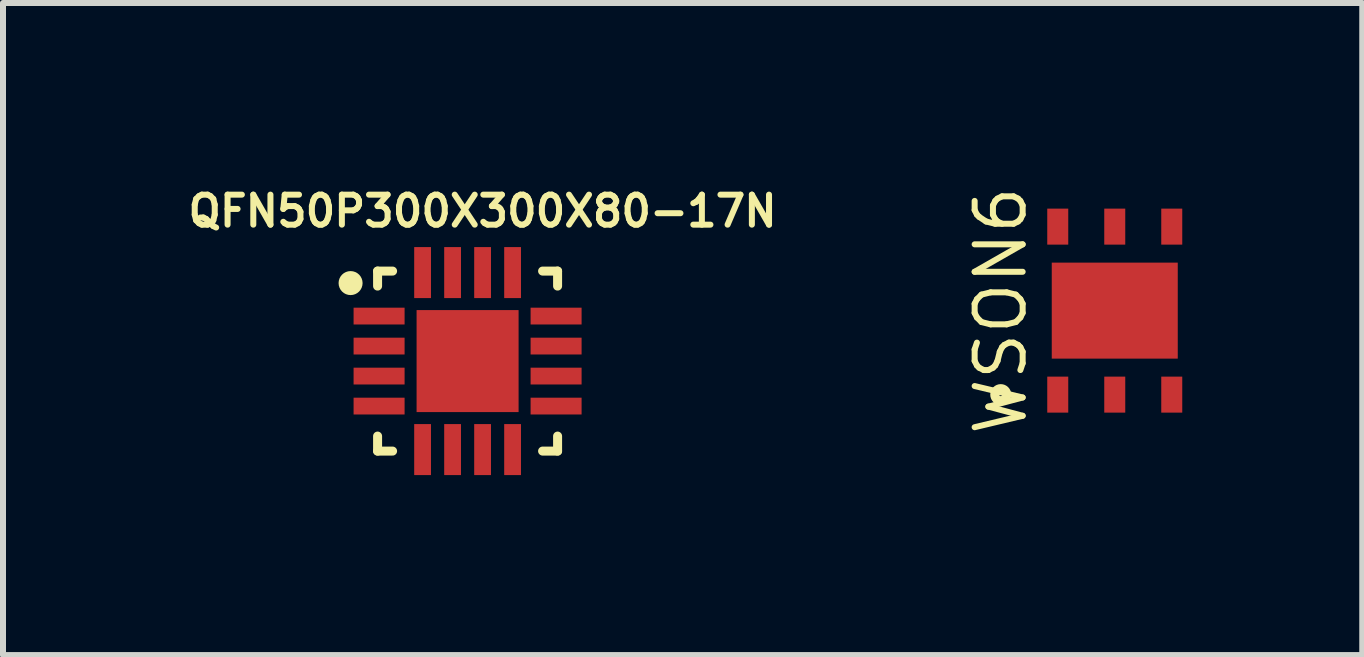
<source format=kicad_pcb>
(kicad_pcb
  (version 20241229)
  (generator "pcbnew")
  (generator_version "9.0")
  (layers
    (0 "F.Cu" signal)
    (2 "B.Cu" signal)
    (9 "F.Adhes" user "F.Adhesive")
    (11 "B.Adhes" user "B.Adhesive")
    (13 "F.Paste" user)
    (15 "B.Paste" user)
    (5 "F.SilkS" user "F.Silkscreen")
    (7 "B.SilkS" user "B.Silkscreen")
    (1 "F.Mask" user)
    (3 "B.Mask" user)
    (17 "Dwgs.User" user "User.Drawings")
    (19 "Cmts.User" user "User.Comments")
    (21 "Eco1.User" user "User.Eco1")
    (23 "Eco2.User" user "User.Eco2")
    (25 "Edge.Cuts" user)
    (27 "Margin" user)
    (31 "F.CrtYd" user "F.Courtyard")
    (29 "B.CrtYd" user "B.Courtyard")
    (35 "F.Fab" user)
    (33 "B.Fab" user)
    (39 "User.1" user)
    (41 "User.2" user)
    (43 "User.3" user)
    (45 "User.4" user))
  (footprint "QFN50P300X300X80-17N"
    (layer "F.Cu")
    (at 4.743 2.968)
    (property "Reference" "QFN50P300X300X80-17N" (at 0.25 -2.5 0) (layer "F.SilkS") (effects (font (size 0.5 0.5) (thickness 0.1))))
    (attr through_hole)
    (fp_line (start -1.5 -1.5) (end -1.5 -1.25) (stroke (width 0.15) (type solid)) (layer "F.SilkS"))
    (fp_line (start -1.5 1.5) (end -1.5 1.25) (stroke (width 0.15) (type solid)) (layer "F.SilkS"))
    (fp_line (start -1.25 -1.5) (end -1.5 -1.5) (stroke (width 0.15) (type solid)) (layer "F.SilkS"))
    (fp_line (start -1.25 1.5) (end -1.5 1.5) (stroke (width 0.15) (type solid)) (layer "F.SilkS"))
    (fp_line (start 1.25 -1.5) (end 1.5 -1.5) (stroke (width 0.15) (type solid)) (layer "F.SilkS"))
    (fp_line (start 1.5 -1.5) (end 1.5 -1.25) (stroke (width 0.15) (type solid)) (layer "F.SilkS"))
    (fp_line (start 1.5 1.25) (end 1.5 1.5) (stroke (width 0.15) (type solid)) (layer "F.SilkS"))
    (fp_line (start 1.5 1.5) (end 1.25 1.5) (stroke (width 0.15) (type solid)) (layer "F.SilkS"))
    (fp_circle (center -1.95 -1.3) (end -1.95 -1.4) (stroke (width 0.2) (type solid)) (fill no) (layer "F.SilkS"))
    (pad "" smd rect (at -0.45 -0.45) (size 0.5 0.5) (layers "F.Paste"))
    (pad "" smd rect (at -0.45 0.45) (size 0.5 0.5) (layers "F.Paste"))
    (pad "" smd rect (at 0.45 -0.45) (size 0.5 0.5) (layers "F.Paste"))
    (pad "" smd rect (at 0.45 0.45) (size 0.5 0.5) (layers "F.Paste"))
    (pad "1" smd rect (at -1.475 -0.75) (size 0.85 0.28) (layers "F.Cu" "F.Mask" "F.Paste"))
    (pad "2" smd rect (at -1.475 -0.25) (size 0.85 0.28) (layers "F.Cu" "F.Mask" "F.Paste"))
    (pad "3" smd rect (at -1.475 0.25) (size 0.85 0.28) (layers "F.Cu" "F.Mask" "F.Paste"))
    (pad "4" smd rect (at -1.475 0.75) (size 0.85 0.28) (layers "F.Cu" "F.Mask" "F.Paste"))
    (pad "5" smd rect (at -0.75 1.475) (size 0.28 0.85) (layers "F.Cu" "F.Mask" "F.Paste"))
    (pad "6" smd rect (at -0.25 1.475) (size 0.28 0.85) (layers "F.Cu" "F.Mask" "F.Paste"))
    (pad "7" smd rect (at 0.25 1.475) (size 0.28 0.85) (layers "F.Cu" "F.Mask" "F.Paste"))
    (pad "8" smd rect (at 0.75 1.475) (size 0.28 0.85) (layers "F.Cu" "F.Mask" "F.Paste"))
    (pad "9" smd rect (at 1.475 0.75) (size 0.85 0.28) (layers "F.Cu" "F.Mask" "F.Paste"))
    (pad "10" smd rect (at 1.475 0.25) (size 0.85 0.28) (layers "F.Cu" "F.Mask" "F.Paste"))
    (pad "11" smd rect (at 1.475 -0.25) (size 0.85 0.28) (layers "F.Cu" "F.Mask" "F.Paste"))
    (pad "12" smd rect (at 1.475 -0.75) (size 0.85 0.28) (layers "F.Cu" "F.Mask" "F.Paste"))
    (pad "13" smd rect (at 0.75 -1.475) (size 0.28 0.85) (layers "F.Cu" "F.Mask" "F.Paste"))
    (pad "14" smd rect (at 0.25 -1.475) (size 0.28 0.85) (layers "F.Cu" "F.Mask" "F.Paste"))
    (pad "15" smd rect (at -0.25 -1.475) (size 0.28 0.85) (layers "F.Cu" "F.Mask" "F.Paste"))
    (pad "16" smd rect (at -0.75 -1.475) (size 0.28 0.85) (layers "F.Cu" "F.Mask" "F.Paste"))
    (pad "PAD" smd rect (at 0 0) (size 1.7 1.7) (layers "F.Cu" "F.Mask")))
  (footprint "WSON6"
    (layer "F.Cu")
    (at 15.529 2.127)
    (property "Reference" "WSON6" (at -1.9 0 90) (layer "F.SilkS") (effects (font (size 0.8 0.8) (thickness 0.1))))
    (attr through_hole)
    (fp_circle (center -1.9 1.4) (end -1.8 1.4) (stroke (width 0.15) (type solid)) (fill no) (layer "F.SilkS"))
    (pad "" smd rect (at -0.6 -0.4) (size 0.6 0.4) (layers "F.Paste"))
    (pad "" smd rect (at -0.6 0.4) (size 0.6 0.4) (layers "F.Paste"))
    (pad "" smd rect (at 0.6 -0.4) (size 0.6 0.4) (layers "F.Paste"))
    (pad "" smd rect (at 0.6 0.4) (size 0.6 0.4) (layers "F.Paste"))
    (pad "1" smd rect (at -0.95 1.4) (size 0.35 0.6) (layers "F.Cu" "F.Mask" "F.Paste"))
    (pad "2" smd rect (at 0 1.4) (size 0.35 0.6) (layers "F.Cu" "F.Mask" "F.Paste"))
    (pad "3" smd rect (at 0.95 1.4) (size 0.35 0.6) (layers "F.Cu" "F.Mask" "F.Paste"))
    (pad "4" smd rect (at 0.95 -1.4) (size 0.35 0.6) (layers "F.Cu" "F.Mask" "F.Paste"))
    (pad "5" smd rect (at 0 -1.4) (size 0.35 0.6) (layers "F.Cu" "F.Mask" "F.Paste"))
    (pad "6" smd rect (at -0.95 -1.4) (size 0.35 0.6) (layers "F.Cu" "F.Mask" "F.Paste"))
    (pad "PAD" smd rect (at 0 0) (size 2.1 1.6) (layers "F.Cu" "F.Mask")))
  (gr_rect
    (start -3 -3)
    (end 19.654 7.868)
    (stroke (width 0.1) (type default))
    (fill no)
    (layer "Edge.Cuts")))
</source>
